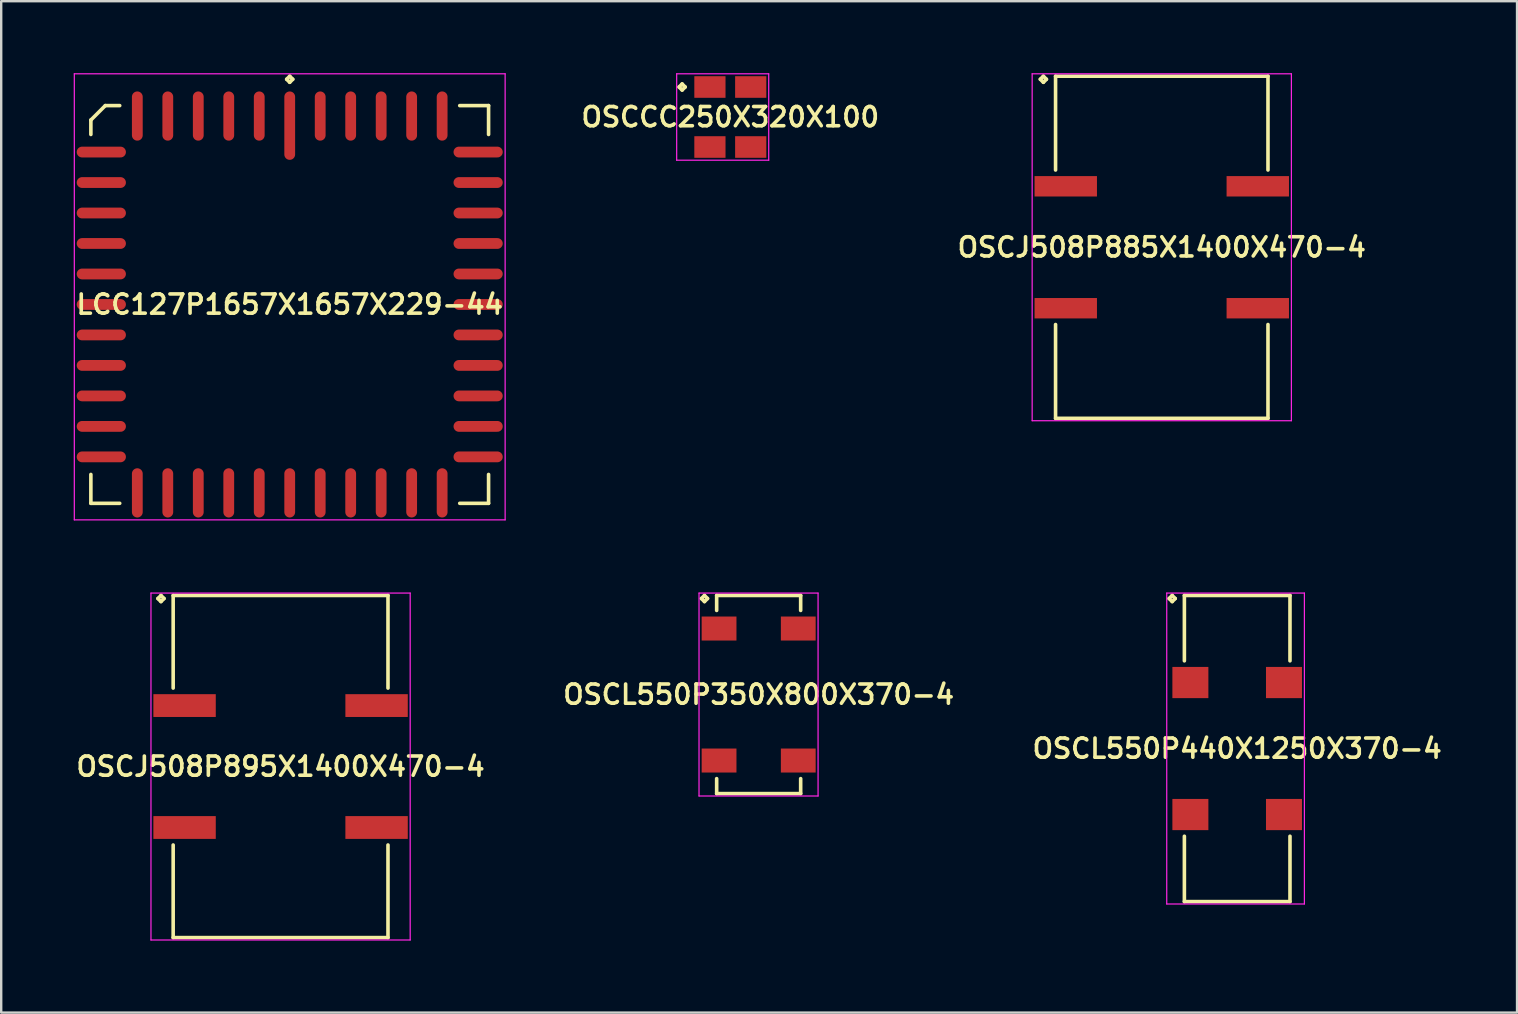
<source format=kicad_pcb>
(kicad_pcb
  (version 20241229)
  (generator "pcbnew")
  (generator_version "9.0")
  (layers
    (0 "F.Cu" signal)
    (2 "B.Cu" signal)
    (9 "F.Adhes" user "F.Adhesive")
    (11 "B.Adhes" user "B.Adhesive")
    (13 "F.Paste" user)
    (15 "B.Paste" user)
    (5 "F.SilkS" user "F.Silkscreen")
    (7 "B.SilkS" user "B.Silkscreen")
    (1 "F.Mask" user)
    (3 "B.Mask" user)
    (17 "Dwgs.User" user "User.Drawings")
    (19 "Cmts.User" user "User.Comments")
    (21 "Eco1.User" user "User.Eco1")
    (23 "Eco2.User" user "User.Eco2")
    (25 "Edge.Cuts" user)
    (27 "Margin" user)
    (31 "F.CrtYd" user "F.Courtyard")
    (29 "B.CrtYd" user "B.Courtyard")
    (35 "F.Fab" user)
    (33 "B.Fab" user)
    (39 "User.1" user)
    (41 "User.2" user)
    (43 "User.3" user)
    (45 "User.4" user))
  (footprint "OSCJ508P895X1400X470-4"
    (layer "F.Cu")
    (at 8.64 28.887)
    (property "Reference" "OSCJ508P895X1400X470-4" (at 0 0 0) (layer "F.SilkS") (effects (font (size 0.8 0.8) (thickness 0.15))))
    (attr smd)
    (fp_line (start -5.11 -7) (end -4.983 -7.127) (stroke (width 0.15) (type solid)) (layer "F.SilkS"))
    (fp_line (start -4.983 -7.127) (end -4.856 -7) (stroke (width 0.15) (type solid)) (layer "F.SilkS"))
    (fp_line (start -4.983 -6.873) (end -5.11 -7) (stroke (width 0.15) (type solid)) (layer "F.SilkS"))
    (fp_line (start -4.856 -7) (end -4.983 -6.873) (stroke (width 0.15) (type solid)) (layer "F.SilkS"))
    (fp_line (start -4.475 -7.127) (end 4.475 -7.127) (stroke (width 0.15) (type solid)) (layer "F.SilkS"))
    (fp_line (start -4.475 -3.269) (end -4.475 -7.127) (stroke (width 0.15) (type solid)) (layer "F.SilkS"))
    (fp_line (start -4.475 3.269) (end -4.475 7.127) (stroke (width 0.15) (type solid)) (layer "F.SilkS"))
    (fp_line (start -4.475 7.127) (end 4.475 7.127) (stroke (width 0.15) (type solid)) (layer "F.SilkS"))
    (fp_line (start 4.475 -7.127) (end 4.475 -3.269) (stroke (width 0.15) (type solid)) (layer "F.SilkS"))
    (fp_line (start 4.475 7.127) (end 4.475 3.269) (stroke (width 0.15) (type solid)) (layer "F.SilkS"))
    (fp_line (start -5.4 -7.227) (end 5.4 -7.227) (stroke (width 0.05) (type solid)) (layer "F.CrtYd"))
    (fp_line (start -5.4 7.227) (end -5.4 -7.227) (stroke (width 0.05) (type solid)) (layer "F.CrtYd"))
    (fp_line (start 5.4 -7.227) (end 5.4 7.227) (stroke (width 0.05) (type solid)) (layer "F.CrtYd"))
    (fp_line (start 5.4 7.227) (end -5.4 7.227) (stroke (width 0.05) (type solid)) (layer "F.CrtYd"))
    (pad "1" smd rect (at -4 -2.54) (size 2.6 0.95) (layers "F.Cu" "F.Mask" "F.Paste"))
    (pad "2" smd rect (at -4 2.54) (size 2.6 0.95) (layers "F.Cu" "F.Mask" "F.Paste"))
    (pad "3" smd rect (at 4 2.54) (size 2.6 0.95) (layers "F.Cu" "F.Mask" "F.Paste"))
    (pad "4" smd rect (at 4 -2.54) (size 2.6 0.95) (layers "F.Cu" "F.Mask" "F.Paste")))
  (footprint "OSCCC250X320X100"
    (layer "F.Cu")
    (at 27.378 1.825)
    (property "Reference" "OSCCC250X320X100" (at 0 0 0) (layer "F.SilkS") (effects (font (size 0.8 0.8) (thickness 0.15))))
    (attr smd)
    (fp_line (start -2.135 -1.25) (end -2.008 -1.377) (stroke (width 0.15) (type solid)) (layer "F.SilkS"))
    (fp_line (start -2.008 -1.377) (end -1.881 -1.25) (stroke (width 0.15) (type solid)) (layer "F.SilkS"))
    (fp_line (start -2.008 -1.123) (end -2.135 -1.25) (stroke (width 0.15) (type solid)) (layer "F.SilkS"))
    (fp_line (start -1.881 -1.25) (end -2.008 -1.123) (stroke (width 0.15) (type solid)) (layer "F.SilkS"))
    (fp_line (start -2.235 -1.8) (end 1.6 -1.8) (stroke (width 0.05) (type solid)) (layer "F.CrtYd"))
    (fp_line (start -2.235 1.8) (end -2.235 -1.8) (stroke (width 0.05) (type solid)) (layer "F.CrtYd"))
    (fp_line (start 1.6 -1.8) (end 1.6 1.8) (stroke (width 0.05) (type solid)) (layer "F.CrtYd"))
    (fp_line (start 1.6 1.8) (end -2.235 1.8) (stroke (width 0.05) (type solid)) (layer "F.CrtYd"))
    (pad "1" smd rect (at -0.85 -1.25) (size 1.3 0.9) (layers "F.Cu" "F.Mask" "F.Paste"))
    (pad "2" smd rect (at -0.85 1.25) (size 1.3 0.9) (layers "F.Cu" "F.Mask" "F.Paste"))
    (pad "3" smd rect (at 0.85 1.25) (size 1.3 0.9) (layers "F.Cu" "F.Mask" "F.Paste"))
    (pad "4" smd rect (at 0.85 -1.25) (size 1.3 0.9) (layers "F.Cu" "F.Mask" "F.Paste")))
  (footprint "OSCJ508P885X1400X470-4"
    (layer "F.Cu")
    (at 45.354 7.252)
    (property "Reference" "OSCJ508P885X1400X470-4" (at 0 0 0) (layer "F.SilkS") (effects (font (size 0.8 0.8) (thickness 0.15))))
    (attr smd)
    (fp_line (start -5.06 -7) (end -4.933 -7.127) (stroke (width 0.15) (type solid)) (layer "F.SilkS"))
    (fp_line (start -4.933 -7.127) (end -4.806 -7) (stroke (width 0.15) (type solid)) (layer "F.SilkS"))
    (fp_line (start -4.933 -6.873) (end -5.06 -7) (stroke (width 0.15) (type solid)) (layer "F.SilkS"))
    (fp_line (start -4.806 -7) (end -4.933 -6.873) (stroke (width 0.15) (type solid)) (layer "F.SilkS"))
    (fp_line (start -4.425 -7.127) (end 4.425 -7.127) (stroke (width 0.15) (type solid)) (layer "F.SilkS"))
    (fp_line (start -4.425 -3.219) (end -4.425 -7.127) (stroke (width 0.15) (type solid)) (layer "F.SilkS"))
    (fp_line (start -4.425 3.219) (end -4.425 7.127) (stroke (width 0.15) (type solid)) (layer "F.SilkS"))
    (fp_line (start -4.425 7.127) (end 4.425 7.127) (stroke (width 0.15) (type solid)) (layer "F.SilkS"))
    (fp_line (start 4.425 -7.127) (end 4.425 -3.219) (stroke (width 0.15) (type solid)) (layer "F.SilkS"))
    (fp_line (start 4.425 7.127) (end 4.425 3.219) (stroke (width 0.15) (type solid)) (layer "F.SilkS"))
    (fp_line (start -5.4 -7.227) (end 5.4 -7.227) (stroke (width 0.05) (type solid)) (layer "F.CrtYd"))
    (fp_line (start -5.4 7.227) (end -5.4 -7.227) (stroke (width 0.05) (type solid)) (layer "F.CrtYd"))
    (fp_line (start 5.4 -7.227) (end 5.4 7.227) (stroke (width 0.05) (type solid)) (layer "F.CrtYd"))
    (fp_line (start 5.4 7.227) (end -5.4 7.227) (stroke (width 0.05) (type solid)) (layer "F.CrtYd"))
    (pad "1" smd rect (at -4 -2.54) (size 2.6 0.85) (layers "F.Cu" "F.Mask" "F.Paste"))
    (pad "2" smd rect (at -4 2.54) (size 2.6 0.85) (layers "F.Cu" "F.Mask" "F.Paste"))
    (pad "3" smd rect (at 4 2.54) (size 2.6 0.85) (layers "F.Cu" "F.Mask" "F.Paste"))
    (pad "4" smd rect (at 4 -2.54) (size 2.6 0.85) (layers "F.Cu" "F.Mask" "F.Paste")))
  (footprint "LCC127P1657X1657X229-44"
    (layer "F.Cu")
    (at 9.021 9.635)
    (property "Reference" "LCC127P1657X1657X229-44" (at 0 0 0) (layer "F.SilkS") (effects (font (size 0.8 0.8) (thickness 0.15))))
    (attr smd)
    (fp_line (start -8.285 -7.684) (end -7.684 -8.285) (stroke (width 0.15) (type solid)) (layer "F.SilkS"))
    (fp_line (start -8.285 -7.083) (end -8.285 -7.684) (stroke (width 0.15) (type solid)) (layer "F.SilkS"))
    (fp_line (start -8.285 7.083) (end -8.285 8.285) (stroke (width 0.15) (type solid)) (layer "F.SilkS"))
    (fp_line (start -8.285 8.285) (end -7.083 8.285) (stroke (width 0.15) (type solid)) (layer "F.SilkS"))
    (fp_line (start -7.684 -8.285) (end -7.083 -8.285) (stroke (width 0.15) (type solid)) (layer "F.SilkS"))
    (fp_line (start -0.127 -9.383) (end 0 -9.51) (stroke (width 0.15) (type solid)) (layer "F.SilkS"))
    (fp_line (start 0 -9.51) (end 0.127 -9.383) (stroke (width 0.15) (type solid)) (layer "F.SilkS"))
    (fp_line (start 0 -9.256) (end -0.127 -9.383) (stroke (width 0.15) (type solid)) (layer "F.SilkS"))
    (fp_line (start 0.127 -9.383) (end 0 -9.256) (stroke (width 0.15) (type solid)) (layer "F.SilkS"))
    (fp_line (start 8.285 -8.285) (end 7.083 -8.285) (stroke (width 0.15) (type solid)) (layer "F.SilkS"))
    (fp_line (start 8.285 -7.083) (end 8.285 -8.285) (stroke (width 0.15) (type solid)) (layer "F.SilkS"))
    (fp_line (start 8.285 7.083) (end 8.285 8.285) (stroke (width 0.15) (type solid)) (layer "F.SilkS"))
    (fp_line (start 8.285 8.285) (end 7.083 8.285) (stroke (width 0.15) (type solid)) (layer "F.SilkS"))
    (fp_line (start -8.975 -9.61) (end 8.975 -9.61) (stroke (width 0.05) (type solid)) (layer "F.CrtYd"))
    (fp_line (start -8.975 8.975) (end -8.975 -9.61) (stroke (width 0.05) (type solid)) (layer "F.CrtYd"))
    (fp_line (start 8.975 -9.61) (end 8.975 8.975) (stroke (width 0.05) (type solid)) (layer "F.CrtYd"))
    (fp_line (start 8.975 8.975) (end -8.975 8.975) (stroke (width 0.05) (type solid)) (layer "F.CrtYd"))
    (pad "1" smd oval (at 0 -7.45) (size 0.45 2.85) (layers "F.Cu" "F.Mask" "F.Paste"))
    (pad "2" smd oval (at -1.27 -7.85) (size 0.45 2.05) (layers "F.Cu" "F.Mask" "F.Paste"))
    (pad "3" smd oval (at -2.54 -7.85) (size 0.45 2.05) (layers "F.Cu" "F.Mask" "F.Paste"))
    (pad "4" smd oval (at -3.81 -7.85) (size 0.45 2.05) (layers "F.Cu" "F.Mask" "F.Paste"))
    (pad "5" smd oval (at -5.08 -7.85) (size 0.45 2.05) (layers "F.Cu" "F.Mask" "F.Paste"))
    (pad "6" smd oval (at -6.35 -7.85) (size 0.45 2.05) (layers "F.Cu" "F.Mask" "F.Paste"))
    (pad "7" smd oval (at -7.85 -6.35) (size 2.05 0.45) (layers "F.Cu" "F.Mask" "F.Paste"))
    (pad "8" smd oval (at -7.85 -5.08) (size 2.05 0.45) (layers "F.Cu" "F.Mask" "F.Paste"))
    (pad "9" smd oval (at -7.85 -3.81) (size 2.05 0.45) (layers "F.Cu" "F.Mask" "F.Paste"))
    (pad "10" smd oval (at -7.85 -2.54) (size 2.05 0.45) (layers "F.Cu" "F.Mask" "F.Paste"))
    (pad "11" smd oval (at -7.85 -1.27) (size 2.05 0.45) (layers "F.Cu" "F.Mask" "F.Paste"))
    (pad "12" smd oval (at -7.85 0) (size 2.05 0.45) (layers "F.Cu" "F.Mask" "F.Paste"))
    (pad "13" smd oval (at -7.85 1.27) (size 2.05 0.45) (layers "F.Cu" "F.Mask" "F.Paste"))
    (pad "14" smd oval (at -7.85 2.54) (size 2.05 0.45) (layers "F.Cu" "F.Mask" "F.Paste"))
    (pad "15" smd oval (at -7.85 3.81) (size 2.05 0.45) (layers "F.Cu" "F.Mask" "F.Paste"))
    (pad "16" smd oval (at -7.85 5.08) (size 2.05 0.45) (layers "F.Cu" "F.Mask" "F.Paste"))
    (pad "17" smd oval (at -7.85 6.35) (size 2.05 0.45) (layers "F.Cu" "F.Mask" "F.Paste"))
    (pad "18" smd oval (at -6.35 7.85) (size 0.45 2.05) (layers "F.Cu" "F.Mask" "F.Paste"))
    (pad "19" smd oval (at -5.08 7.85) (size 0.45 2.05) (layers "F.Cu" "F.Mask" "F.Paste"))
    (pad "20" smd oval (at -3.81 7.85) (size 0.45 2.05) (layers "F.Cu" "F.Mask" "F.Paste"))
    (pad "21" smd oval (at -2.54 7.85) (size 0.45 2.05) (layers "F.Cu" "F.Mask" "F.Paste"))
    (pad "22" smd oval (at -1.27 7.85) (size 0.45 2.05) (layers "F.Cu" "F.Mask" "F.Paste"))
    (pad "23" smd oval (at 0 7.85) (size 0.45 2.05) (layers "F.Cu" "F.Mask" "F.Paste"))
    (pad "24" smd oval (at 1.27 7.85) (size 0.45 2.05) (layers "F.Cu" "F.Mask" "F.Paste"))
    (pad "25" smd oval (at 2.54 7.85) (size 0.45 2.05) (layers "F.Cu" "F.Mask" "F.Paste"))
    (pad "26" smd oval (at 3.81 7.85) (size 0.45 2.05) (layers "F.Cu" "F.Mask" "F.Paste"))
    (pad "27" smd oval (at 5.08 7.85) (size 0.45 2.05) (layers "F.Cu" "F.Mask" "F.Paste"))
    (pad "28" smd oval (at 6.35 7.85) (size 0.45 2.05) (layers "F.Cu" "F.Mask" "F.Paste"))
    (pad "29" smd oval (at 7.85 6.35) (size 2.05 0.45) (layers "F.Cu" "F.Mask" "F.Paste"))
    (pad "30" smd oval (at 7.85 5.08) (size 2.05 0.45) (layers "F.Cu" "F.Mask" "F.Paste"))
    (pad "31" smd oval (at 7.85 3.81) (size 2.05 0.45) (layers "F.Cu" "F.Mask" "F.Paste"))
    (pad "32" smd oval (at 7.85 2.54) (size 2.05 0.45) (layers "F.Cu" "F.Mask" "F.Paste"))
    (pad "33" smd oval (at 7.85 1.27) (size 2.05 0.45) (layers "F.Cu" "F.Mask" "F.Paste"))
    (pad "34" smd oval (at 7.85 0) (size 2.05 0.45) (layers "F.Cu" "F.Mask" "F.Paste"))
    (pad "35" smd oval (at 7.85 -1.27) (size 2.05 0.45) (layers "F.Cu" "F.Mask" "F.Paste"))
    (pad "36" smd oval (at 7.85 -2.54) (size 2.05 0.45) (layers "F.Cu" "F.Mask" "F.Paste"))
    (pad "37" smd oval (at 7.85 -3.81) (size 2.05 0.45) (layers "F.Cu" "F.Mask" "F.Paste"))
    (pad "38" smd oval (at 7.85 -5.08) (size 2.05 0.45) (layers "F.Cu" "F.Mask" "F.Paste"))
    (pad "39" smd oval (at 7.85 -6.35) (size 2.05 0.45) (layers "F.Cu" "F.Mask" "F.Paste"))
    (pad "40" smd oval (at 6.35 -7.85) (size 0.45 2.05) (layers "F.Cu" "F.Mask" "F.Paste"))
    (pad "41" smd oval (at 5.08 -7.85) (size 0.45 2.05) (layers "F.Cu" "F.Mask" "F.Paste"))
    (pad "42" smd oval (at 3.81 -7.85) (size 0.45 2.05) (layers "F.Cu" "F.Mask" "F.Paste"))
    (pad "43" smd oval (at 2.54 -7.85) (size 0.45 2.05) (layers "F.Cu" "F.Mask" "F.Paste"))
    (pad "44" smd oval (at 1.27 -7.85) (size 0.45 2.05) (layers "F.Cu" "F.Mask" "F.Paste")))
  (footprint "OSCL550P440X1250X370-4"
    (layer "F.Cu")
    (at 48.496 28.137)
    (property "Reference" "OSCL550P440X1250X370-4" (at 0 0 0) (layer "F.SilkS") (effects (font (size 0.8 0.8) (thickness 0.15))))
    (attr smd)
    (fp_line (start -2.835 -6.25) (end -2.708 -6.377) (stroke (width 0.15) (type solid)) (layer "F.SilkS"))
    (fp_line (start -2.708 -6.377) (end -2.581 -6.25) (stroke (width 0.15) (type solid)) (layer "F.SilkS"))
    (fp_line (start -2.708 -6.123) (end -2.835 -6.25) (stroke (width 0.15) (type solid)) (layer "F.SilkS"))
    (fp_line (start -2.581 -6.25) (end -2.708 -6.123) (stroke (width 0.15) (type solid)) (layer "F.SilkS"))
    (fp_line (start -2.2 -6.377) (end 2.2 -6.377) (stroke (width 0.15) (type solid)) (layer "F.SilkS"))
    (fp_line (start -2.2 -3.654) (end -2.2 -6.377) (stroke (width 0.15) (type solid)) (layer "F.SilkS"))
    (fp_line (start -2.2 3.654) (end -2.2 6.377) (stroke (width 0.15) (type solid)) (layer "F.SilkS"))
    (fp_line (start -2.2 6.377) (end 2.2 6.377) (stroke (width 0.15) (type solid)) (layer "F.SilkS"))
    (fp_line (start 2.2 -6.377) (end 2.2 -3.654) (stroke (width 0.15) (type solid)) (layer "F.SilkS"))
    (fp_line (start 2.2 6.377) (end 2.2 3.654) (stroke (width 0.15) (type solid)) (layer "F.SilkS"))
    (fp_line (start -2.935 -6.477) (end 2.8 -6.477) (stroke (width 0.05) (type solid)) (layer "F.CrtYd"))
    (fp_line (start -2.935 6.477) (end -2.935 -6.477) (stroke (width 0.05) (type solid)) (layer "F.CrtYd"))
    (fp_line (start 2.8 -6.477) (end 2.8 6.477) (stroke (width 0.05) (type solid)) (layer "F.CrtYd"))
    (fp_line (start 2.8 6.477) (end -2.935 6.477) (stroke (width 0.05) (type solid)) (layer "F.CrtYd"))
    (pad "1" smd rect (at -1.95 -2.75) (size 1.5 1.3) (layers "F.Cu" "F.Mask" "F.Paste"))
    (pad "2" smd rect (at -1.95 2.75) (size 1.5 1.3) (layers "F.Cu" "F.Mask" "F.Paste"))
    (pad "3" smd rect (at 1.95 2.75) (size 1.5 1.3) (layers "F.Cu" "F.Mask" "F.Paste"))
    (pad "4" smd rect (at 1.95 -2.75) (size 1.5 1.3) (layers "F.Cu" "F.Mask" "F.Paste")))
  (footprint "OSCL550P350X800X370-4"
    (layer "F.Cu")
    (at 28.559 25.887)
    (property "Reference" "OSCL550P350X800X370-4" (at 0 0 0) (layer "F.SilkS") (effects (font (size 0.8 0.8) (thickness 0.15))))
    (attr smd)
    (fp_line (start -2.385 -4) (end -2.258 -4.127) (stroke (width 0.15) (type solid)) (layer "F.SilkS"))
    (fp_line (start -2.258 -4.127) (end -2.131 -4) (stroke (width 0.15) (type solid)) (layer "F.SilkS"))
    (fp_line (start -2.258 -3.873) (end -2.385 -4) (stroke (width 0.15) (type solid)) (layer "F.SilkS"))
    (fp_line (start -2.131 -4) (end -2.258 -3.873) (stroke (width 0.15) (type solid)) (layer "F.SilkS"))
    (fp_line (start -1.75 -4.127) (end 1.75 -4.127) (stroke (width 0.15) (type solid)) (layer "F.SilkS"))
    (fp_line (start -1.75 -3.504) (end -1.75 -4.127) (stroke (width 0.15) (type solid)) (layer "F.SilkS"))
    (fp_line (start -1.75 3.504) (end -1.75 4.127) (stroke (width 0.15) (type solid)) (layer "F.SilkS"))
    (fp_line (start -1.75 4.127) (end 1.75 4.127) (stroke (width 0.15) (type solid)) (layer "F.SilkS"))
    (fp_line (start 1.75 -4.127) (end 1.75 -3.504) (stroke (width 0.15) (type solid)) (layer "F.SilkS"))
    (fp_line (start 1.75 4.127) (end 1.75 3.504) (stroke (width 0.15) (type solid)) (layer "F.SilkS"))
    (fp_line (start -2.485 -4.227) (end 2.475 -4.227) (stroke (width 0.05) (type solid)) (layer "F.CrtYd"))
    (fp_line (start -2.485 4.227) (end -2.485 -4.227) (stroke (width 0.05) (type solid)) (layer "F.CrtYd"))
    (fp_line (start 2.475 -4.227) (end 2.475 4.227) (stroke (width 0.05) (type solid)) (layer "F.CrtYd"))
    (fp_line (start 2.475 4.227) (end -2.485 4.227) (stroke (width 0.05) (type solid)) (layer "F.CrtYd"))
    (pad "1" smd rect (at -1.65 -2.75) (size 1.45 1) (layers "F.Cu" "F.Mask" "F.Paste"))
    (pad "2" smd rect (at -1.65 2.75) (size 1.45 1) (layers "F.Cu" "F.Mask" "F.Paste"))
    (pad "3" smd rect (at 1.65 2.75) (size 1.45 1) (layers "F.Cu" "F.Mask" "F.Paste"))
    (pad "4" smd rect (at 1.65 -2.75) (size 1.45 1) (layers "F.Cu" "F.Mask" "F.Paste")))
  (gr_rect
    (start -3 -3)
    (end 60.156 39.139)
    (stroke (width 0.1) (type default))
    (fill no)
    (layer "Edge.Cuts")))
</source>
